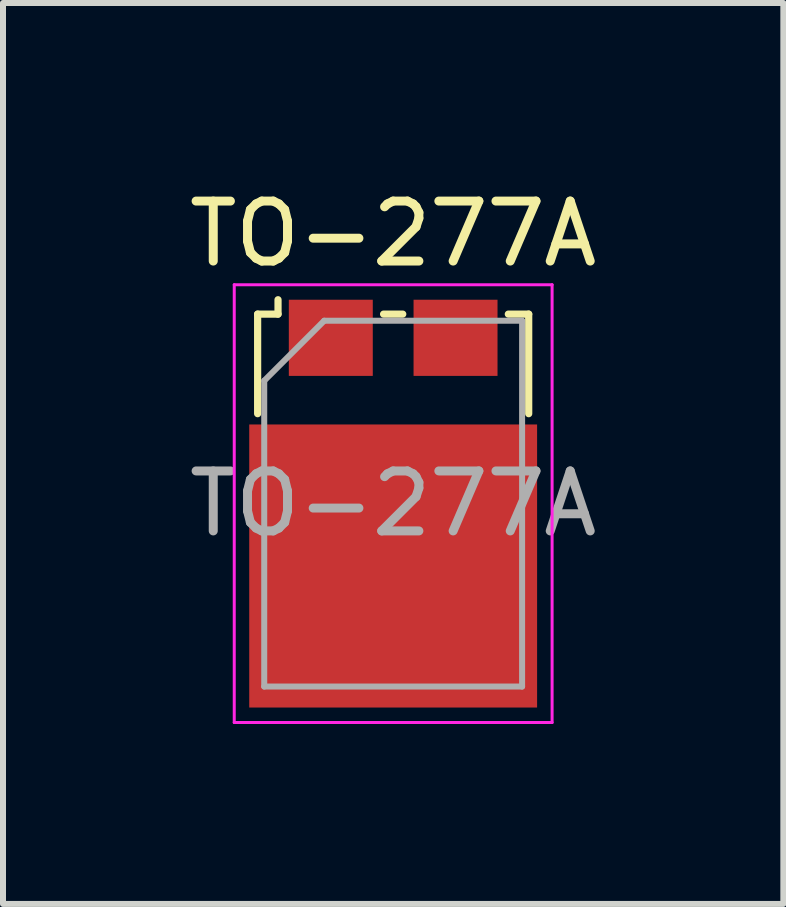
<source format=kicad_pcb>
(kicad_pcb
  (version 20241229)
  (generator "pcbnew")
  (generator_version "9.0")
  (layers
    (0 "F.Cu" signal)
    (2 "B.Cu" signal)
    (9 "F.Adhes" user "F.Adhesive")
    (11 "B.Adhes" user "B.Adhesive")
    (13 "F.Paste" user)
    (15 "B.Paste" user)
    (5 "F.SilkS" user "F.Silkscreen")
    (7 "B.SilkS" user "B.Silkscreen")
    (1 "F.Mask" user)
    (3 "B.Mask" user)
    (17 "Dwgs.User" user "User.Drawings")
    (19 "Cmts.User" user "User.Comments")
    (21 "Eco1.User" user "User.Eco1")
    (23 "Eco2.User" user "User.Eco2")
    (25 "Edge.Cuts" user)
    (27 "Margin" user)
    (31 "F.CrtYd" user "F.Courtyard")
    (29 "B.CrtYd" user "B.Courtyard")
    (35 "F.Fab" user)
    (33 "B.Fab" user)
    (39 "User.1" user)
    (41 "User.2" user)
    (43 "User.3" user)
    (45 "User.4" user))
  (footprint "TO-277A"
    (layer "F.Cu")
    (at 3.506 5.348)
    (property "Reference" "TO-277A" (at 0 -4.5 180) (layer "F.SilkS") (effects (font (size 1 1) (thickness 0.15))))
    (attr smd)
    (fp_line (start -2.26 -3.16) (end -2.26 -1.5) (stroke (width 0.12) (type solid)) (layer "F.SilkS"))
    (fp_line (start -1.92 -3.4) (end -1.92 -3.16) (stroke (width 0.12) (type solid)) (layer "F.SilkS"))
    (fp_line (start -1.92 -3.16) (end -2.26 -3.16) (stroke (width 0.12) (type solid)) (layer "F.SilkS"))
    (fp_line (start -0.16 -3.16) (end 0.16 -3.16) (stroke (width 0.12) (type solid)) (layer "F.SilkS"))
    (fp_line (start 2.26 -3.16) (end 1.92 -3.16) (stroke (width 0.12) (type solid)) (layer "F.SilkS"))
    (fp_line (start 2.26 -1.5) (end 2.26 -3.16) (stroke (width 0.12) (type solid)) (layer "F.SilkS"))
    (fp_line (start -2.65 -3.65) (end -2.65 3.65) (stroke (width 0.05) (type solid)) (layer "F.CrtYd"))
    (fp_line (start -2.65 -3.65) (end 2.65 -3.65) (stroke (width 0.05) (type solid)) (layer "F.CrtYd"))
    (fp_line (start 2.65 3.65) (end -2.65 3.65) (stroke (width 0.05) (type solid)) (layer "F.CrtYd"))
    (fp_line (start 2.65 3.65) (end 2.65 -3.65) (stroke (width 0.05) (type solid)) (layer "F.CrtYd"))
    (fp_line (start -2.15 -2.05) (end -2.15 3.05) (stroke (width 0.1) (type solid)) (layer "F.Fab"))
    (fp_line (start -2.15 3.05) (end 2.15 3.05) (stroke (width 0.1) (type solid)) (layer "F.Fab"))
    (fp_line (start -1.15 -3.05) (end -2.15 -2.05) (stroke (width 0.1) (type solid)) (layer "F.Fab"))
    (fp_line (start 2.15 -3.05) (end -1.15 -3.05) (stroke (width 0.1) (type solid)) (layer "F.Fab"))
    (fp_line (start 2.15 3.05) (end 2.15 -3.05) (stroke (width 0.1) (type solid)) (layer "F.Fab"))
    (fp_text user "${REFERENCE}" (at 0 0 0) (layer "F.Fab") (effects (font (size 1 1) (thickness 0.15))))
    (pad "" smd rect (at -1.7 -0.65 180) (size 1.25 1.2) (layers "F.Paste"))
    (pad "" smd rect (at -1.7 1.04) (size 1.25 1.2) (layers "F.Paste"))
    (pad "" smd rect (at -1.7 2.7) (size 1.25 1.2) (layers "F.Paste"))
    (pad "" smd rect (at 0 -0.65) (size 1.25 1.2) (layers "F.Paste"))
    (pad "" smd rect (at 0 1.04) (size 1.25 1.2) (layers "F.Paste"))
    (pad "" smd rect (at 0 2.7) (size 1.25 1.2) (layers "F.Paste"))
    (pad "" smd rect (at 1.7 -0.65) (size 1.25 1.2) (layers "F.Paste"))
    (pad "" smd rect (at 1.7 1.04) (size 1.25 1.2) (layers "F.Paste"))
    (pad "" smd rect (at 1.7 2.7) (size 1.25 1.2) (layers "F.Paste"))
    (pad "1" smd rect (at -1.04 -2.765) (size 1.4 1.27) (layers "F.Cu" "F.Mask" "F.Paste"))
    (pad "1" smd rect (at 1.04 -2.765) (size 1.4 1.27) (layers "F.Cu" "F.Mask" "F.Paste"))
    (pad "2" smd rect (at 0 1.04) (size 4.8 4.72) (layers "F.Cu" "F.Mask")))
  (gr_rect
    (start -3 -3)
    (end 10.012 12.023)
    (stroke (width 0.1) (type default))
    (fill no)
    (layer "Edge.Cuts")))
</source>
